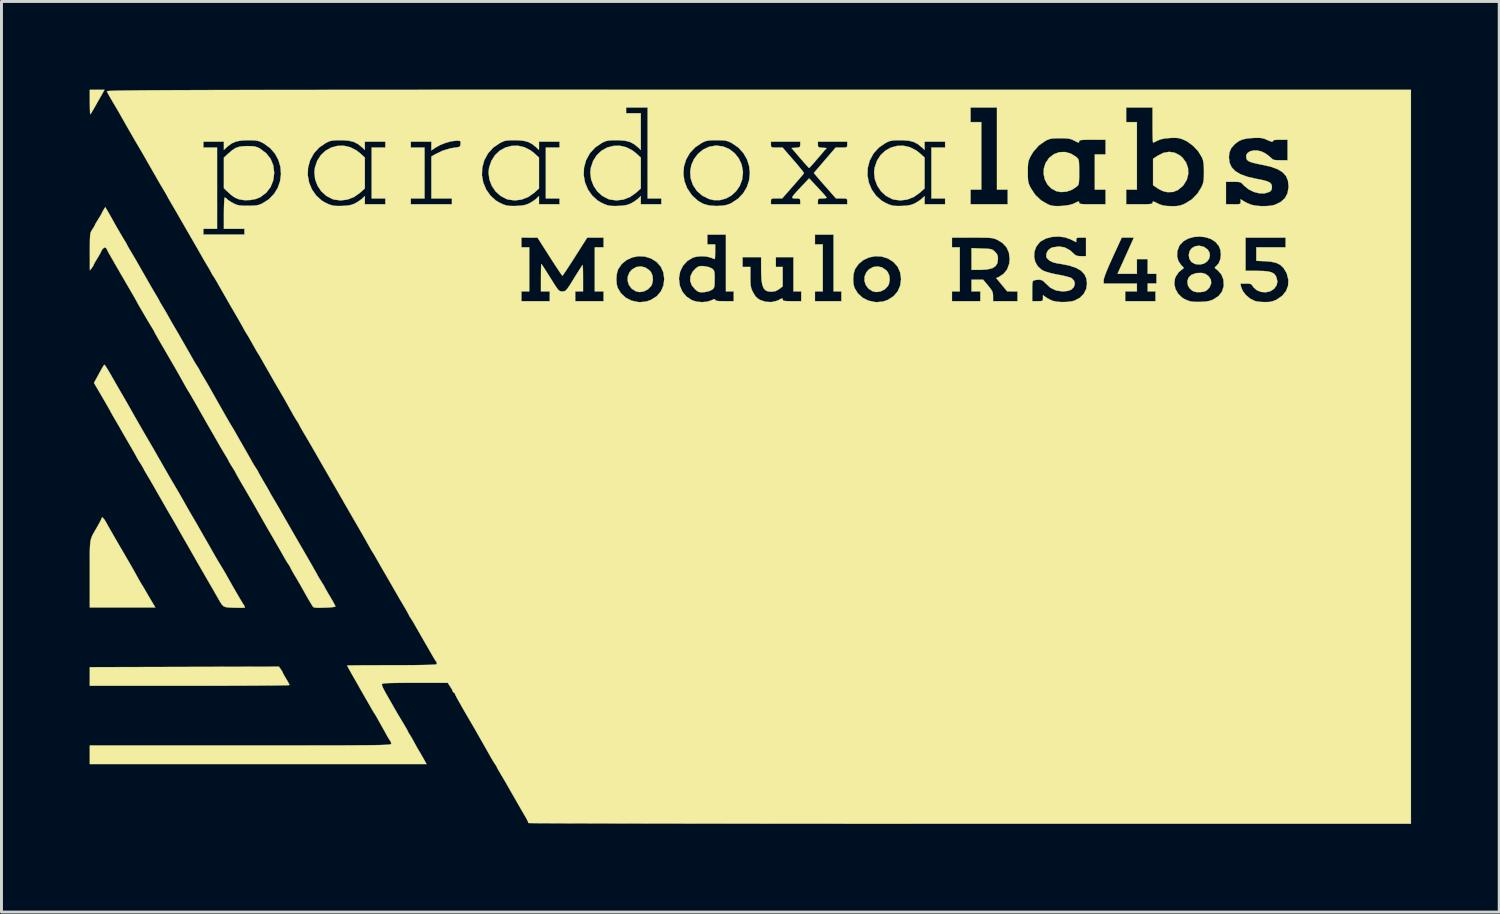
<source format=kicad_pcb>
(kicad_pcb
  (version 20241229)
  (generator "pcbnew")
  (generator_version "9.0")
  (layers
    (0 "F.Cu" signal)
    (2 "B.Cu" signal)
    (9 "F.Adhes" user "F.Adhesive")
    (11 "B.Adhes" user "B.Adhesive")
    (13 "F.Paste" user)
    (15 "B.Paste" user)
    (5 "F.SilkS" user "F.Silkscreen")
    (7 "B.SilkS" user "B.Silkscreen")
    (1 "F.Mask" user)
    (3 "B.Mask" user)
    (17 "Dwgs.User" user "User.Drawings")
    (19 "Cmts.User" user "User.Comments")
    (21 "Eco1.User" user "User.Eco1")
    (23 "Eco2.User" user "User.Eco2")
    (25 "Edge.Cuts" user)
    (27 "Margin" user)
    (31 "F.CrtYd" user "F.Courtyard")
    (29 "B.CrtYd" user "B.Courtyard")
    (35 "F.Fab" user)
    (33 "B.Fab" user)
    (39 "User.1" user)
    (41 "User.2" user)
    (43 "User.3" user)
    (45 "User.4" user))
  (footprint "logo modulo rs485"
    (layer "F.Cu")
    (at 22.477 12.489)
    (property "Reference" "logo modulo rs485" (at 0 0 0) (layer "F.SilkS") (effects (font (size 1.524 1.524) (thickness 0.3))))
    (attr through_hole)
    (fp_poly (pts (xy -22.038 -12.367) (xy -22.1 -12.258) (xy -22.162 -12.149) (xy -22.166 -12.142) (xy -22.216 -12.054) (xy -22.282 -11.937) (xy -22.335 -11.843) (xy -22.392 -11.746) (xy -22.436 -11.677) (xy -22.457 -11.651) (xy -22.462 -11.683) (xy -22.466 -11.768) (xy -22.469 -11.894) (xy -22.47 -12.05) (xy -22.471 -12.067) (xy -22.471 -12.484) (xy -21.972 -12.484) (xy -22.038 -12.367)) (stroke (width 0.01) (type solid)) (fill yes) (layer "F.SilkS"))
    (fp_poly (pts (xy 7.871 -7.085) (xy 8.028 -7.079) (xy 8.134 -7.071) (xy 8.205 -7.056) (xy 8.257 -7.031) (xy 8.304 -6.991) (xy 8.32 -6.976) (xy 8.387 -6.899) (xy 8.417 -6.818) (xy 8.422 -6.724) (xy 8.403 -6.588) (xy 8.341 -6.487) (xy 8.231 -6.416) (xy 8.07 -6.375) (xy 7.851 -6.359) (xy 7.804 -6.358) (xy 7.523 -6.358) (xy 7.523 -7.097) (xy 7.871 -7.085)) (stroke (width 0.01) (type solid)) (fill yes) (layer "F.SilkS"))
    (fp_poly (pts (xy 15.414 -7.146) (xy 15.437 -7.136) (xy 15.555 -7.051) (xy 15.619 -6.95) (xy 15.633 -6.841) (xy 15.604 -6.735) (xy 15.536 -6.643) (xy 15.436 -6.575) (xy 15.308 -6.541) (xy 15.16 -6.551) (xy 15.123 -6.56) (xy 15.004 -6.626) (xy 14.933 -6.737) (xy 14.914 -6.867) (xy 14.943 -6.999) (xy 15.02 -7.099) (xy 15.133 -7.162) (xy 15.269 -7.18) (xy 15.414 -7.146)) (stroke (width 0.01) (type solid)) (fill yes) (layer "F.SilkS"))
    (fp_poly (pts (xy -3.575 -6.44) (xy -3.438 -6.347) (xy -3.381 -6.281) (xy -3.33 -6.162) (xy -3.316 -6.018) (xy -3.342 -5.878) (xy -3.374 -5.812) (xy -3.482 -5.698) (xy -3.62 -5.627) (xy -3.768 -5.603) (xy -3.895 -5.629) (xy -4.035 -5.718) (xy -4.129 -5.841) (xy -4.175 -5.984) (xy -4.17 -6.134) (xy -4.111 -6.275) (xy -4.025 -6.373) (xy -3.881 -6.455) (xy -3.726 -6.476) (xy -3.575 -6.44)) (stroke (width 0.01) (type solid)) (fill yes) (layer "F.SilkS"))
    (fp_poly (pts (xy 4.482 -6.44) (xy 4.618 -6.347) (xy 4.675 -6.281) (xy 4.727 -6.162) (xy 4.74 -6.018) (xy 4.714 -5.878) (xy 4.682 -5.812) (xy 4.574 -5.698) (xy 4.436 -5.627) (xy 4.288 -5.603) (xy 4.161 -5.629) (xy 4.021 -5.718) (xy 3.927 -5.841) (xy 3.881 -5.984) (xy 3.886 -6.134) (xy 3.945 -6.275) (xy 4.031 -6.373) (xy 4.175 -6.455) (xy 4.33 -6.476) (xy 4.482 -6.44)) (stroke (width 0.01) (type solid)) (fill yes) (layer "F.SilkS"))
    (fp_poly (pts (xy 14.437 -10.344) (xy 14.614 -10.25) (xy 14.701 -10.175) (xy 14.823 -10.009) (xy 14.889 -9.82) (xy 14.897 -9.623) (xy 14.849 -9.429) (xy 14.743 -9.252) (xy 14.702 -9.205) (xy 14.545 -9.075) (xy 14.379 -9.009) (xy 14.194 -9.002) (xy 14.086 -9.022) (xy 13.989 -9.058) (xy 13.878 -9.117) (xy 13.836 -9.145) (xy 13.699 -9.241) (xy 13.699 -10.137) (xy 13.853 -10.24) (xy 14.051 -10.339) (xy 14.248 -10.374) (xy 14.437 -10.344)) (stroke (width 0.01) (type solid)) (fill yes) (layer "F.SilkS"))
    (fp_poly (pts (xy 15.47 -6.226) (xy 15.572 -6.156) (xy 15.591 -6.138) (xy 15.666 -6.023) (xy 15.677 -5.898) (xy 15.624 -5.771) (xy 15.585 -5.721) (xy 15.515 -5.655) (xy 15.439 -5.62) (xy 15.329 -5.604) (xy 15.311 -5.602) (xy 15.179 -5.601) (xy 15.081 -5.625) (xy 15.025 -5.655) (xy 14.935 -5.74) (xy 14.883 -5.835) (xy 14.866 -5.976) (xy 14.908 -6.096) (xy 15.003 -6.188) (xy 15.145 -6.242) (xy 15.193 -6.25) (xy 15.351 -6.255) (xy 15.47 -6.226)) (stroke (width 0.01) (type solid)) (fill yes) (layer "F.SilkS"))
    (fp_poly (pts (xy -13.611 -10.53) (xy -13.398 -10.421) (xy -13.283 -10.33) (xy -13.116 -10.18) (xy -13.116 -9.128) (xy -13.283 -8.978) (xy -13.485 -8.836) (xy -13.708 -8.75) (xy -13.94 -8.721) (xy -14.169 -8.752) (xy -14.223 -8.769) (xy -14.427 -8.876) (xy -14.597 -9.031) (xy -14.725 -9.223) (xy -14.806 -9.439) (xy -14.832 -9.669) (xy -14.815 -9.833) (xy -14.736 -10.068) (xy -14.611 -10.263) (xy -14.449 -10.415) (xy -14.259 -10.52) (xy -14.05 -10.576) (xy -13.831 -10.581) (xy -13.611 -10.53)) (stroke (width 0.01) (type solid)) (fill yes) (layer "F.SilkS"))
    (fp_poly (pts (xy -7.685 -10.53) (xy -7.473 -10.421) (xy -7.357 -10.33) (xy -7.191 -10.18) (xy -7.191 -9.128) (xy -7.357 -8.978) (xy -7.559 -8.836) (xy -7.782 -8.75) (xy -8.015 -8.721) (xy -8.244 -8.752) (xy -8.298 -8.769) (xy -8.501 -8.876) (xy -8.671 -9.031) (xy -8.799 -9.223) (xy -8.88 -9.439) (xy -8.907 -9.669) (xy -8.889 -9.833) (xy -8.81 -10.068) (xy -8.685 -10.263) (xy -8.524 -10.415) (xy -8.334 -10.52) (xy -8.124 -10.576) (xy -7.905 -10.581) (xy -7.685 -10.53)) (stroke (width 0.01) (type solid)) (fill yes) (layer "F.SilkS"))
    (fp_poly (pts (xy -4.223 -10.53) (xy -4.011 -10.421) (xy -3.895 -10.33) (xy -3.728 -10.18) (xy -3.728 -9.128) (xy -3.895 -8.978) (xy -4.097 -8.836) (xy -4.32 -8.75) (xy -4.553 -8.721) (xy -4.782 -8.752) (xy -4.835 -8.769) (xy -5.039 -8.876) (xy -5.209 -9.031) (xy -5.337 -9.223) (xy -5.418 -9.439) (xy -5.445 -9.669) (xy -5.427 -9.833) (xy -5.348 -10.068) (xy -5.223 -10.263) (xy -5.061 -10.415) (xy -4.871 -10.52) (xy -4.662 -10.576) (xy -4.443 -10.581) (xy -4.223 -10.53)) (stroke (width 0.01) (type solid)) (fill yes) (layer "F.SilkS"))
    (fp_poly (pts (xy 5.431 -10.53) (xy 5.643 -10.421) (xy 5.759 -10.33) (xy 5.926 -10.18) (xy 5.926 -9.128) (xy 5.759 -8.978) (xy 5.557 -8.836) (xy 5.334 -8.75) (xy 5.101 -8.721) (xy 4.872 -8.752) (xy 4.819 -8.769) (xy 4.615 -8.876) (xy 4.445 -9.031) (xy 4.317 -9.223) (xy 4.236 -9.439) (xy 4.209 -9.669) (xy 4.227 -9.833) (xy 4.306 -10.068) (xy 4.431 -10.263) (xy 4.593 -10.415) (xy 4.783 -10.52) (xy 4.992 -10.576) (xy 5.211 -10.581) (xy 5.431 -10.53)) (stroke (width 0.01) (type solid)) (fill yes) (layer "F.SilkS"))
    (fp_poly (pts (xy -15.975 7.229) (xy -15.932 7.295) (xy -15.913 7.334) (xy -15.912 7.336) (xy -15.897 7.371) (xy -15.855 7.447) (xy -15.796 7.547) (xy -15.796 7.547) (xy -15.737 7.648) (xy -15.695 7.726) (xy -15.68 7.765) (xy -15.712 7.768) (xy -15.807 7.772) (xy -15.959 7.775) (xy -16.165 7.778) (xy -16.42 7.78) (xy -16.719 7.783) (xy -17.058 7.785) (xy -17.433 7.787) (xy -17.84 7.788) (xy -18.273 7.789) (xy -18.729 7.79) (xy -19.075 7.79) (xy -22.471 7.79) (xy -22.471 7.158) (xy -19.254 7.149) (xy -16.038 7.141) (xy -15.975 7.229)) (stroke (width 0.01) (type solid)) (fill yes) (layer "F.SilkS"))
    (fp_poly (pts (xy -0.922 -10.555) (xy -0.715 -10.466) (xy -0.537 -10.33) (xy -0.395 -10.153) (xy -0.298 -9.944) (xy -0.254 -9.712) (xy -0.253 -9.654) (xy -0.282 -9.421) (xy -0.363 -9.211) (xy -0.488 -9.031) (xy -0.648 -8.886) (xy -0.835 -8.784) (xy -1.04 -8.73) (xy -1.255 -8.732) (xy -1.408 -8.77) (xy -1.636 -8.884) (xy -1.82 -9.045) (xy -1.954 -9.246) (xy -2.032 -9.475) (xy -2.048 -9.706) (xy -2.007 -9.928) (xy -1.915 -10.132) (xy -1.78 -10.309) (xy -1.608 -10.45) (xy -1.408 -10.545) (xy -1.185 -10.585) (xy -1.149 -10.586) (xy -0.922 -10.555)) (stroke (width 0.01) (type solid)) (fill yes) (layer "F.SilkS"))
    (fp_poly (pts (xy -1.575 -6.484) (xy -1.431 -6.458) (xy -1.319 -6.411) (xy -1.305 -6.402) (xy -1.262 -6.366) (xy -1.235 -6.325) (xy -1.221 -6.265) (xy -1.216 -6.168) (xy -1.215 -6.042) (xy -1.216 -5.901) (xy -1.223 -5.81) (xy -1.238 -5.753) (xy -1.267 -5.714) (xy -1.305 -5.682) (xy -1.409 -5.633) (xy -1.549 -5.603) (xy -1.575 -5.6) (xy -1.685 -5.595) (xy -1.759 -5.61) (xy -1.828 -5.652) (xy -1.875 -5.692) (xy -1.993 -5.832) (xy -2.048 -5.985) (xy -2.039 -6.14) (xy -1.968 -6.291) (xy -1.873 -6.394) (xy -1.796 -6.455) (xy -1.729 -6.484) (xy -1.642 -6.489) (xy -1.575 -6.484)) (stroke (width 0.01) (type solid)) (fill yes) (layer "F.SilkS"))
    (fp_poly (pts (xy 10.896 -10.317) (xy 11.077 -10.206) (xy 11.11 -10.177) (xy 11.142 -10.144) (xy 11.163 -10.105) (xy 11.176 -10.046) (xy 11.182 -9.955) (xy 11.185 -9.82) (xy 11.185 -9.687) (xy 11.185 -9.512) (xy 11.181 -9.39) (xy 11.173 -9.309) (xy 11.158 -9.257) (xy 11.134 -9.221) (xy 11.11 -9.198) (xy 10.946 -9.086) (xy 10.757 -9.02) (xy 10.562 -9.005) (xy 10.403 -9.037) (xy 10.233 -9.13) (xy 10.104 -9.266) (xy 10.018 -9.432) (xy 9.977 -9.617) (xy 9.984 -9.807) (xy 10.042 -9.991) (xy 10.153 -10.156) (xy 10.165 -10.17) (xy 10.328 -10.295) (xy 10.511 -10.362) (xy 10.704 -10.369) (xy 10.896 -10.317)) (stroke (width 0.01) (type solid)) (fill yes) (layer "F.SilkS"))
    (fp_poly (pts (xy -16.962 -10.567) (xy -16.858 -10.556) (xy -16.776 -10.531) (xy -16.693 -10.49) (xy -16.678 -10.481) (xy -16.471 -10.325) (xy -16.322 -10.137) (xy -16.232 -9.917) (xy -16.2 -9.665) (xy -16.2 -9.654) (xy -16.231 -9.403) (xy -16.321 -9.178) (xy -16.468 -8.986) (xy -16.668 -8.833) (xy -16.668 -8.833) (xy -16.824 -8.77) (xy -17.014 -8.734) (xy -17.209 -8.729) (xy -17.383 -8.756) (xy -17.419 -8.767) (xy -17.51 -8.805) (xy -17.586 -8.849) (xy -17.668 -8.912) (xy -17.775 -9.008) (xy -17.785 -9.018) (xy -17.91 -9.135) (xy -17.91 -10.178) (xy -17.764 -10.313) (xy -17.624 -10.432) (xy -17.503 -10.508) (xy -17.376 -10.55) (xy -17.22 -10.567) (xy -17.111 -10.569) (xy -16.962 -10.567)) (stroke (width 0.01) (type solid)) (fill yes) (layer "F.SilkS"))
    (fp_poly (pts (xy -22.02 2.082) (xy -21.965 2.152) (xy -21.913 2.239) (xy -21.858 2.338) (xy -21.802 2.437) (xy -21.741 2.545) (xy -21.668 2.672) (xy -21.577 2.829) (xy -21.463 3.026) (xy -21.354 3.212) (xy -21.234 3.419) (xy -21.141 3.579) (xy -21.069 3.704) (xy -21.011 3.805) (xy -20.961 3.893) (xy -20.913 3.979) (xy -20.86 4.075) (xy -20.84 4.111) (xy -20.781 4.217) (xy -20.733 4.301) (xy -20.705 4.344) (xy -20.674 4.393) (xy -20.627 4.473) (xy -20.615 4.494) (xy -20.567 4.577) (xy -20.498 4.696) (xy -20.42 4.828) (xy -20.396 4.869) (xy -20.243 5.127) (xy -22.471 5.127) (xy -22.471 3.976) (xy -22.471 3.674) (xy -22.472 3.429) (xy -22.471 3.234) (xy -22.467 3.08) (xy -22.459 2.958) (xy -22.446 2.859) (xy -22.425 2.776) (xy -22.395 2.698) (xy -22.356 2.619) (xy -22.304 2.529) (xy -22.24 2.419) (xy -22.192 2.335) (xy -22.133 2.228) (xy -22.09 2.143) (xy -22.071 2.096) (xy -22.071 2.094) (xy -22.057 2.061) (xy -22.02 2.082)) (stroke (width 0.01) (type solid)) (fill yes) (layer "F.SilkS"))
    (fp_poly (pts (xy -21.947 -3.102) (xy -21.899 -3.028) (xy -21.833 -2.92) (xy -21.766 -2.805) (xy -21.666 -2.63) (xy -21.554 -2.435) (xy -21.449 -2.253) (xy -21.407 -2.18) (xy -21.324 -2.038) (xy -21.245 -1.901) (xy -21.182 -1.791) (xy -21.157 -1.748) (xy -21.056 -1.569) (xy -20.94 -1.364) (xy -20.816 -1.147) (xy -20.694 -0.935) (xy -20.582 -0.741) (xy -20.489 -0.582) (xy -20.449 -0.514) (xy -20.375 -0.388) (xy -20.299 -0.256) (xy -20.266 -0.198) (xy -20.205 -0.091) (xy -20.128 0.043) (xy -20.057 0.166) (xy -19.981 0.299) (xy -19.905 0.432) (xy -19.848 0.531) (xy -19.781 0.649) (xy -19.702 0.783) (xy -19.664 0.847) (xy -19.553 1.035) (xy -19.426 1.253) (xy -19.3 1.474) (xy -19.248 1.565) (xy -19.186 1.675) (xy -19.127 1.78) (xy -19.107 1.814) (xy -19.058 1.9) (xy -18.992 2.013) (xy -18.951 2.082) (xy -18.877 2.209) (xy -18.801 2.34) (xy -18.768 2.399) (xy -18.707 2.506) (xy -18.63 2.64) (xy -18.559 2.763) (xy -18.483 2.896) (xy -18.406 3.03) (xy -18.35 3.129) (xy -18.263 3.283) (xy -18.197 3.398) (xy -18.14 3.495) (xy -18.08 3.595) (xy -18.019 3.695) (xy -17.938 3.83) (xy -17.855 3.971) (xy -17.795 4.078) (xy -17.699 4.248) (xy -17.597 4.428) (xy -17.496 4.604) (xy -17.401 4.766) (xy -17.321 4.901) (xy -17.262 4.997) (xy -17.239 5.033) (xy -17.203 5.096) (xy -17.2 5.131) (xy -17.202 5.133) (xy -17.244 5.136) (xy -17.337 5.137) (xy -17.466 5.136) (xy -17.567 5.134) (xy -17.727 5.128) (xy -17.837 5.117) (xy -17.913 5.089) (xy -17.973 5.036) (xy -18.032 4.948) (xy -18.101 4.827) (xy -18.139 4.761) (xy -18.203 4.649) (xy -18.287 4.502) (xy -18.384 4.334) (xy -18.475 4.178) (xy -18.58 3.996) (xy -18.679 3.824) (xy -18.766 3.674) (xy -18.833 3.557) (xy -18.868 3.495) (xy -18.951 3.349) (xy -19.026 3.218) (xy -19.107 3.076) (xy -19.191 2.929) (xy -19.289 2.76) (xy -19.364 2.63) (xy -19.426 2.52) (xy -19.486 2.413) (xy -19.514 2.364) (xy -19.582 2.244) (xy -19.661 2.109) (xy -19.698 2.046) (xy -19.772 1.919) (xy -19.849 1.787) (xy -19.882 1.729) (xy -19.943 1.622) (xy -20.02 1.488) (xy -20.09 1.365) (xy -20.167 1.232) (xy -20.243 1.098) (xy -20.299 0.999) (xy -20.362 0.891) (xy -20.44 0.756) (xy -20.512 0.637) (xy -20.573 0.533) (xy -20.619 0.454) (xy -20.639 0.413) (xy -20.64 0.411) (xy -20.656 0.378) (xy -20.699 0.305) (xy -20.756 0.214) (xy -20.816 0.119) (xy -20.858 0.049) (xy -20.873 0.02) (xy -20.888 -0.011) (xy -20.932 -0.089) (xy -20.996 -0.202) (xy -21.076 -0.34) (xy -21.094 -0.37) (xy -21.185 -0.528) (xy -21.273 -0.68) (xy -21.347 -0.808) (xy -21.398 -0.897) (xy -21.399 -0.899) (xy -21.458 -1.003) (xy -21.536 -1.137) (xy -21.615 -1.273) (xy -21.621 -1.282) (xy -21.688 -1.397) (xy -21.743 -1.495) (xy -21.777 -1.557) (xy -21.78 -1.565) (xy -21.804 -1.61) (xy -21.856 -1.701) (xy -21.928 -1.827) (xy -22.015 -1.977) (xy -22.066 -2.064) (xy -22.33 -2.513) (xy -22.23 -2.696) (xy -22.138 -2.865) (xy -22.072 -2.984) (xy -22.027 -3.061) (xy -21.999 -3.105) (xy -21.982 -3.125) (xy -21.971 -3.129) (xy -21.947 -3.102)) (stroke (width 0.01) (type solid)) (fill yes) (layer "F.SilkS"))
    (fp_poly (pts (xy -21.871 -8.366) (xy -21.807 -8.255) (xy -21.736 -8.13) (xy -21.713 -8.089) (xy -21.63 -7.94) (xy -21.534 -7.771) (xy -21.435 -7.602) (xy -21.347 -7.452) (xy -21.284 -7.349) (xy -21.236 -7.271) (xy -21.209 -7.22) (xy -21.206 -7.211) (xy -21.19 -7.178) (xy -21.147 -7.103) (xy -21.087 -7.002) (xy -21.078 -6.986) (xy -20.999 -6.855) (xy -20.921 -6.722) (xy -20.865 -6.625) (xy -20.804 -6.517) (xy -20.727 -6.381) (xy -20.656 -6.258) (xy -20.58 -6.126) (xy -20.503 -5.991) (xy -20.447 -5.892) (xy -20.385 -5.784) (xy -20.306 -5.65) (xy -20.235 -5.531) (xy -20.173 -5.427) (xy -20.128 -5.348) (xy -20.107 -5.307) (xy -20.107 -5.306) (xy -20.091 -5.272) (xy -20.049 -5.202) (xy -20.021 -5.156) (xy -19.951 -5.04) (xy -19.875 -4.911) (xy -19.849 -4.865) (xy -19.759 -4.704) (xy -19.689 -4.579) (xy -19.625 -4.47) (xy -19.556 -4.353) (xy -19.55 -4.343) (xy -19.476 -4.216) (xy -19.4 -4.084) (xy -19.367 -4.026) (xy -19.306 -3.919) (xy -19.229 -3.785) (xy -19.158 -3.662) (xy -19.082 -3.529) (xy -19.006 -3.395) (xy -18.95 -3.296) (xy -18.887 -3.188) (xy -18.825 -3.09) (xy -18.804 -3.058) (xy -18.761 -2.992) (xy -18.742 -2.954) (xy -18.742 -2.953) (xy -18.726 -2.918) (xy -18.684 -2.843) (xy -18.624 -2.741) (xy -18.614 -2.725) (xy -18.536 -2.594) (xy -18.458 -2.461) (xy -18.402 -2.364) (xy -18.223 -2.047) (xy -18.064 -1.766) (xy -17.927 -1.525) (xy -17.815 -1.329) (xy -17.73 -1.182) (xy -17.674 -1.087) (xy -17.661 -1.065) (xy -17.598 -0.963) (xy -17.528 -0.842) (xy -17.503 -0.799) (xy -17.442 -0.691) (xy -17.365 -0.556) (xy -17.294 -0.433) (xy -17.026 0.037) (xy -16.935 0.2) (xy -16.874 0.302) (xy -16.813 0.397) (xy -16.807 0.405) (xy -16.764 0.47) (xy -16.745 0.509) (xy -16.745 0.51) (xy -16.729 0.544) (xy -16.685 0.623) (xy -16.621 0.735) (xy -16.545 0.866) (xy -16.467 0.998) (xy -16.403 1.108) (xy -16.361 1.184) (xy -16.345 1.214) (xy -16.329 1.246) (xy -16.287 1.319) (xy -16.227 1.42) (xy -16.217 1.436) (xy -16.139 1.567) (xy -16.061 1.701) (xy -16.005 1.798) (xy -15.944 1.906) (xy -15.867 2.041) (xy -15.796 2.164) (xy -15.722 2.293) (xy -15.649 2.42) (xy -15.596 2.513) (xy -15.546 2.6) (xy -15.474 2.725) (xy -15.392 2.867) (xy -15.346 2.946) (xy -15.207 3.185) (xy -15.078 3.408) (xy -14.963 3.608) (xy -14.865 3.779) (xy -14.788 3.914) (xy -14.737 4.006) (xy -14.715 4.048) (xy -14.714 4.05) (xy -14.698 4.081) (xy -14.654 4.152) (xy -14.598 4.242) (xy -14.538 4.337) (xy -14.496 4.408) (xy -14.481 4.438) (xy -14.465 4.471) (xy -14.421 4.548) (xy -14.358 4.657) (xy -14.298 4.757) (xy -14.223 4.885) (xy -14.163 4.993) (xy -14.125 5.067) (xy -14.115 5.093) (xy -14.146 5.105) (xy -14.23 5.117) (xy -14.354 5.127) (xy -14.486 5.133) (xy -14.648 5.137) (xy -14.756 5.136) (xy -14.824 5.129) (xy -14.865 5.113) (xy -14.89 5.086) (xy -14.902 5.068) (xy -14.955 4.98) (xy -14.997 4.911) (xy -15.042 4.834) (xy -15.102 4.729) (xy -15.136 4.67) (xy -15.223 4.513) (xy -15.292 4.391) (xy -15.356 4.28) (xy -15.429 4.155) (xy -15.492 4.05) (xy -15.56 3.934) (xy -15.612 3.84) (xy -15.642 3.783) (xy -15.646 3.772) (xy -15.663 3.736) (xy -15.705 3.671) (xy -15.708 3.667) (xy -15.762 3.584) (xy -15.827 3.476) (xy -15.854 3.429) (xy -15.924 3.304) (xy -16.015 3.145) (xy -16.113 2.975) (xy -16.205 2.815) (xy -16.245 2.746) (xy -16.322 2.614) (xy -16.417 2.451) (xy -16.514 2.281) (xy -16.601 2.13) (xy -16.638 2.064) (xy -16.741 1.883) (xy -16.845 1.699) (xy -16.96 1.501) (xy -17.091 1.275) (xy -17.247 1.008) (xy -17.289 0.936) (xy -17.371 0.795) (xy -17.439 0.675) (xy -17.488 0.588) (xy -17.51 0.546) (xy -17.51 0.543) (xy -17.527 0.51) (xy -17.57 0.438) (xy -17.627 0.347) (xy -17.687 0.252) (xy -17.729 0.18) (xy -17.743 0.15) (xy -17.76 0.116) (xy -17.802 0.041) (xy -17.862 -0.06) (xy -17.871 -0.074) (xy -17.95 -0.205) (xy -18.028 -0.338) (xy -18.083 -0.433) (xy -18.145 -0.541) (xy -18.222 -0.676) (xy -18.293 -0.799) (xy -18.363 -0.921) (xy -18.428 -1.034) (xy -18.474 -1.114) (xy -18.475 -1.115) (xy -18.511 -1.178) (xy -18.572 -1.286) (xy -18.653 -1.427) (xy -18.745 -1.589) (xy -18.807 -1.698) (xy -18.9 -1.861) (xy -18.983 -2.004) (xy -19.049 -2.118) (xy -19.093 -2.192) (xy -19.107 -2.214) (xy -19.137 -2.261) (xy -19.185 -2.343) (xy -19.216 -2.397) (xy -19.28 -2.513) (xy -19.344 -2.627) (xy -19.364 -2.663) (xy -19.422 -2.766) (xy -19.49 -2.886) (xy -19.514 -2.929) (xy -19.558 -3.005) (xy -19.628 -3.126) (xy -19.718 -3.281) (xy -19.821 -3.458) (xy -19.93 -3.646) (xy -19.936 -3.656) (xy -20.039 -3.832) (xy -20.129 -3.987) (xy -20.201 -4.114) (xy -20.251 -4.203) (xy -20.273 -4.245) (xy -20.273 -4.247) (xy -20.29 -4.282) (xy -20.331 -4.353) (xy -20.362 -4.403) (xy -20.409 -4.479) (xy -20.474 -4.588) (xy -20.552 -4.718) (xy -20.633 -4.858) (xy -20.713 -4.994) (xy -20.784 -5.116) (xy -20.838 -5.211) (xy -20.868 -5.267) (xy -20.873 -5.276) (xy -20.889 -5.306) (xy -20.933 -5.385) (xy -21.001 -5.504) (xy -21.088 -5.653) (xy -21.188 -5.826) (xy -21.21 -5.863) (xy -21.319 -6.051) (xy -21.423 -6.229) (xy -21.513 -6.386) (xy -21.585 -6.51) (xy -21.63 -6.588) (xy -21.631 -6.591) (xy -21.701 -6.713) (xy -21.773 -6.837) (xy -21.795 -6.874) (xy -21.847 -6.968) (xy -21.885 -7.046) (xy -21.893 -7.066) (xy -21.933 -7.117) (xy -21.988 -7.114) (xy -22.045 -7.06) (xy -22.069 -7.016) (xy -22.114 -6.927) (xy -22.179 -6.813) (xy -22.227 -6.734) (xy -22.285 -6.639) (xy -22.326 -6.566) (xy -22.338 -6.535) (xy -22.357 -6.492) (xy -22.403 -6.426) (xy -22.404 -6.425) (xy -22.469 -6.342) (xy -22.47 -6.975) (xy -22.47 -7.195) (xy -22.468 -7.36) (xy -22.464 -7.479) (xy -22.457 -7.563) (xy -22.444 -7.623) (xy -22.425 -7.669) (xy -22.4 -7.712) (xy -22.387 -7.73) (xy -22.337 -7.809) (xy -22.307 -7.863) (xy -22.304 -7.873) (xy -22.287 -7.909) (xy -22.244 -7.984) (xy -22.188 -8.075) (xy -22.128 -8.17) (xy -22.086 -8.242) (xy -22.071 -8.272) (xy -22.055 -8.308) (xy -22.017 -8.376) (xy -22.009 -8.39) (xy -21.946 -8.492) (xy -21.871 -8.366)) (stroke (width 0.01) (type solid)) (fill yes) (layer "F.SilkS"))
    (fp_poly (pts (xy 22.471 12.484) (xy 7.457 12.484) (xy 6.461 12.484) (xy 5.482 12.483) (xy 4.521 12.483) (xy 3.582 12.483) (xy 2.666 12.482) (xy 1.776 12.482) (xy 0.913 12.481) (xy 0.079 12.48) (xy -0.723 12.48) (xy -1.491 12.479) (xy -2.224 12.478) (xy -2.918 12.477) (xy -3.573 12.476) (xy -4.186 12.474) (xy -4.754 12.473) (xy -5.276 12.472) (xy -5.75 12.47) (xy -6.173 12.469) (xy -6.543 12.468) (xy -6.859 12.466) (xy -7.119 12.465) (xy -7.319 12.463) (xy -7.458 12.461) (xy -7.535 12.46) (xy -7.549 12.459) (xy -7.562 12.42) (xy -7.601 12.34) (xy -7.659 12.234) (xy -7.679 12.201) (xy -7.754 12.073) (xy -7.825 11.951) (xy -7.877 11.859) (xy -7.882 11.851) (xy -7.933 11.762) (xy -8.002 11.642) (xy -8.073 11.518) (xy -8.149 11.385) (xy -8.226 11.251) (xy -8.282 11.152) (xy -8.344 11.044) (xy -8.423 10.91) (xy -8.494 10.791) (xy -8.556 10.687) (xy -8.601 10.606) (xy -8.622 10.565) (xy -8.622 10.563) (xy -8.639 10.527) (xy -8.681 10.462) (xy -8.684 10.458) (xy -8.738 10.375) (xy -8.803 10.267) (xy -8.83 10.22) (xy -8.918 10.063) (xy -9.021 9.881) (xy -9.132 9.687) (xy -9.243 9.492) (xy -9.347 9.309) (xy -9.438 9.151) (xy -9.509 9.029) (xy -9.544 8.97) (xy -9.618 8.844) (xy -9.695 8.712) (xy -9.728 8.654) (xy -9.79 8.545) (xy -9.867 8.411) (xy -9.933 8.294) (xy -9.992 8.187) (xy -10.035 8.102) (xy -10.053 8.055) (xy -10.053 8.053) (xy -10.079 8.024) (xy -10.087 8.023) (xy -10.119 7.997) (xy -10.12 7.989) (xy -10.137 7.943) (xy -10.181 7.865) (xy -10.208 7.822) (xy -10.295 7.69) (xy -11.407 7.69) (xy -11.719 7.69) (xy -11.971 7.692) (xy -12.167 7.695) (xy -12.315 7.699) (xy -12.42 7.705) (xy -12.488 7.714) (xy -12.525 7.724) (xy -12.536 7.734) (xy -12.529 7.783) (xy -12.494 7.871) (xy -12.438 7.979) (xy -12.431 7.992) (xy -12.362 8.114) (xy -12.297 8.227) (xy -12.252 8.306) (xy -12.2 8.396) (xy -12.137 8.509) (xy -12.11 8.555) (xy -12.056 8.649) (xy -11.98 8.779) (xy -11.892 8.925) (xy -11.838 9.014) (xy -11.762 9.142) (xy -11.701 9.247) (xy -11.662 9.318) (xy -11.651 9.342) (xy -11.634 9.38) (xy -11.593 9.445) (xy -11.59 9.449) (xy -11.541 9.528) (xy -11.478 9.638) (xy -11.433 9.721) (xy -11.372 9.834) (xy -11.315 9.936) (xy -11.284 9.987) (xy -11.239 10.06) (xy -11.178 10.167) (xy -11.124 10.262) (xy -11.018 10.453) (xy -22.471 10.453) (xy -22.471 9.82) (xy -17.344 9.82) (xy -16.66 9.82) (xy -16.041 9.82) (xy -15.481 9.82) (xy -14.979 9.82) (xy -14.531 9.819) (xy -14.134 9.819) (xy -13.785 9.818) (xy -13.481 9.816) (xy -13.219 9.815) (xy -12.996 9.813) (xy -12.809 9.81) (xy -12.654 9.808) (xy -12.528 9.804) (xy -12.429 9.8) (xy -12.354 9.796) (xy -12.299 9.791) (xy -12.26 9.786) (xy -12.236 9.78) (xy -12.223 9.773) (xy -12.218 9.765) (xy -12.217 9.761) (xy -12.233 9.692) (xy -12.248 9.669) (xy -12.279 9.624) (xy -12.33 9.541) (xy -12.37 9.471) (xy -12.435 9.353) (xy -12.499 9.237) (xy -12.527 9.188) (xy -12.585 9.085) (xy -12.652 8.965) (xy -12.676 8.922) (xy -12.728 8.829) (xy -12.77 8.759) (xy -12.784 8.739) (xy -12.816 8.69) (xy -12.863 8.61) (xy -12.875 8.589) (xy -12.926 8.5) (xy -12.995 8.38) (xy -13.066 8.256) (xy -13.143 8.123) (xy -13.219 7.989) (xy -13.276 7.89) (xy -13.338 7.779) (xy -13.397 7.675) (xy -13.417 7.64) (xy -13.463 7.56) (xy -13.528 7.447) (xy -13.595 7.329) (xy -13.653 7.224) (xy -13.696 7.145) (xy -13.715 7.105) (xy -13.715 7.104) (xy -13.683 7.101) (xy -13.591 7.099) (xy -13.445 7.096) (xy -13.253 7.094) (xy -13.021 7.093) (xy -12.755 7.092) (xy -12.462 7.091) (xy -12.203 7.091) (xy -11.787 7.09) (xy -11.437 7.088) (xy -11.153 7.084) (xy -10.935 7.079) (xy -10.782 7.072) (xy -10.693 7.064) (xy -10.668 7.056) (xy -10.667 7.003) (xy -10.68 6.981) (xy -10.713 6.933) (xy -10.767 6.846) (xy -10.829 6.741) (xy -10.895 6.626) (xy -10.981 6.476) (xy -11.075 6.314) (xy -11.135 6.209) (xy -11.222 6.058) (xy -11.305 5.912) (xy -11.375 5.79) (xy -11.411 5.726) (xy -11.473 5.618) (xy -11.535 5.52) (xy -11.556 5.488) (xy -11.599 5.422) (xy -11.618 5.383) (xy -11.618 5.382) (xy -11.634 5.348) (xy -11.677 5.27) (xy -11.738 5.163) (xy -11.773 5.104) (xy -11.849 4.974) (xy -11.92 4.855) (xy -11.972 4.765) (xy -11.984 4.744) (xy -12.019 4.683) (xy -12.081 4.576) (xy -12.163 4.435) (xy -12.258 4.269) (xy -12.349 4.111) (xy -12.454 3.93) (xy -12.554 3.758) (xy -12.64 3.607) (xy -12.707 3.491) (xy -12.742 3.429) (xy -12.795 3.336) (xy -12.837 3.267) (xy -12.851 3.246) (xy -12.88 3.2) (xy -12.929 3.116) (xy -12.968 3.046) (xy -13.032 2.932) (xy -13.091 2.826) (xy -13.118 2.78) (xy -13.182 2.667) (xy -13.262 2.528) (xy -13.346 2.383) (xy -13.421 2.253) (xy -13.476 2.157) (xy -13.482 2.147) (xy -13.541 2.046) (xy -13.62 1.91) (xy -13.707 1.758) (xy -13.79 1.615) (xy -13.855 1.501) (xy -13.856 1.498) (xy -13.894 1.432) (xy -13.959 1.32) (xy -14.043 1.173) (xy -14.141 1.005) (xy -14.231 0.849) (xy -14.334 0.671) (xy -14.43 0.504) (xy -14.513 0.362) (xy -14.574 0.255) (xy -14.606 0.2) (xy -14.661 0.103) (xy -14.739 -0.032) (xy -14.829 -0.188) (xy -14.92 -0.346) (xy -14.98 -0.449) (xy -15.023 -0.524) (xy -15.089 -0.635) (xy -15.165 -0.764) (xy -15.192 -0.81) (xy -15.26 -0.927) (xy -15.313 -1.02) (xy -15.343 -1.077) (xy -15.347 -1.088) (xy -15.364 -1.124) (xy -15.405 -1.189) (xy -15.408 -1.193) (xy -15.461 -1.275) (xy -15.526 -1.383) (xy -15.558 -1.44) (xy -15.661 -1.624) (xy -15.77 -1.819) (xy -15.867 -1.992) (xy -15.88 -2.014) (xy -15.93 -2.1) (xy -15.995 -2.212) (xy -16.036 -2.282) (xy -16.11 -2.408) (xy -16.187 -2.54) (xy -16.22 -2.598) (xy -16.281 -2.705) (xy -16.358 -2.84) (xy -16.428 -2.963) (xy -16.505 -3.096) (xy -16.581 -3.23) (xy -16.637 -3.329) (xy -16.69 -3.422) (xy -16.732 -3.491) (xy -16.746 -3.512) (xy -16.77 -3.549) (xy -16.811 -3.619) (xy -16.874 -3.73) (xy -16.963 -3.889) (xy -17.004 -3.961) (xy -17.056 -4.054) (xy -17.098 -4.124) (xy -17.112 -4.145) (xy -17.143 -4.194) (xy -17.19 -4.273) (xy -17.202 -4.294) (xy -17.318 -4.503) (xy -17.413 -4.671) (xy -17.496 -4.814) (xy -17.534 -4.879) (xy -17.608 -5.005) (xy -17.685 -5.137) (xy -17.718 -5.195) (xy -17.779 -5.302) (xy -17.856 -5.436) (xy -17.926 -5.559) (xy -18.003 -5.692) (xy -18.079 -5.826) (xy -18.135 -5.926) (xy -18.198 -6.033) (xy -18.259 -6.132) (xy -18.281 -6.164) (xy -18.323 -6.229) (xy -18.343 -6.268) (xy -18.343 -6.269) (xy -18.359 -6.303) (xy -18.401 -6.379) (xy -18.461 -6.48) (xy -18.471 -6.496) (xy -18.549 -6.627) (xy -18.627 -6.761) (xy -18.682 -6.858) (xy -18.726 -6.935) (xy -18.796 -7.058) (xy -18.885 -7.213) (xy -18.986 -7.388) (xy -19.026 -7.457) (xy -7.79 -7.457) (xy -7.79 -7.124) (xy -7.523 -7.124) (xy -7.523 -5.626) (xy -7.79 -5.626) (xy -7.79 -5.293) (xy -6.824 -5.293) (xy -6.824 -5.626) (xy -7.124 -5.626) (xy -7.124 -6.092) (xy -7.123 -6.26) (xy -7.121 -6.4) (xy -7.117 -6.502) (xy -7.112 -6.554) (xy -7.111 -6.558) (xy -7.09 -6.531) (xy -7.04 -6.457) (xy -6.967 -6.345) (xy -6.878 -6.204) (xy -6.808 -6.092) (xy -6.7 -5.92) (xy -6.621 -5.797) (xy -6.563 -5.714) (xy -6.518 -5.663) (xy -6.479 -5.637) (xy -6.441 -5.627) (xy -6.396 -5.626) (xy -6.349 -5.628) (xy -6.31 -5.638) (xy -6.271 -5.665) (xy -6.226 -5.718) (xy -6.166 -5.804) (xy -6.085 -5.932) (xy -5.997 -6.075) (xy -5.902 -6.228) (xy -5.82 -6.358) (xy -5.755 -6.457) (xy -5.716 -6.514) (xy -5.706 -6.525) (xy -5.701 -6.494) (xy -5.697 -6.408) (xy -5.694 -6.28) (xy -5.693 -6.122) (xy -5.693 -6.075) (xy -5.693 -5.626) (xy -5.959 -5.626) (xy -5.959 -5.293) (xy -4.993 -5.293) (xy -4.993 -5.626) (xy -5.293 -5.626) (xy -5.293 -6.043) (xy -4.559 -6.043) (xy -4.548 -5.878) (xy -4.516 -5.75) (xy -4.402 -5.561) (xy -4.242 -5.413) (xy -4.044 -5.312) (xy -3.82 -5.264) (xy -3.745 -5.26) (xy -3.537 -5.282) (xy -3.378 -5.339) (xy -3.185 -5.462) (xy -3.044 -5.626) (xy -2.958 -5.825) (xy -2.929 -6.047) (xy -2.93 -6.049) (xy -2.429 -6.049) (xy -2.4 -5.819) (xy -2.314 -5.617) (xy -2.175 -5.45) (xy -1.988 -5.327) (xy -1.981 -5.323) (xy -1.823 -5.276) (xy -1.641 -5.26) (xy -1.463 -5.277) (xy -1.322 -5.323) (xy -1.242 -5.359) (xy -1.205 -5.361) (xy -1.198 -5.339) (xy -1.184 -5.317) (xy -1.134 -5.303) (xy -1.039 -5.295) (xy -0.887 -5.293) (xy -0.882 -5.293) (xy -0.566 -5.293) (xy -0.566 -5.626) (xy -0.832 -5.626) (xy -0.832 -6.791) (xy -0.266 -6.791) (xy -0.266 -6.458) (xy 0 -6.458) (xy 0 -6.115) (xy 0.002 -5.952) (xy 0.009 -5.836) (xy 0.026 -5.747) (xy 0.056 -5.666) (xy 0.092 -5.592) (xy 0.168 -5.466) (xy 0.254 -5.382) (xy 0.33 -5.336) (xy 0.516 -5.273) (xy 0.714 -5.262) (xy 0.902 -5.305) (xy 0.949 -5.326) (xy 1.037 -5.371) (xy 1.082 -5.388) (xy 1.097 -5.379) (xy 1.099 -5.345) (xy 1.099 -5.343) (xy 1.11 -5.319) (xy 1.151 -5.304) (xy 1.234 -5.296) (xy 1.369 -5.293) (xy 1.415 -5.293) (xy 1.731 -5.293) (xy 1.731 -5.626) (xy 1.465 -5.626) (xy 1.465 -6.791) (xy 0.866 -6.791) (xy 0.866 -6.458) (xy 1.099 -6.458) (xy 1.099 -5.796) (xy 0.98 -5.705) (xy 0.859 -5.636) (xy 0.724 -5.615) (xy 0.714 -5.615) (xy 0.6 -5.626) (xy 0.513 -5.664) (xy 0.45 -5.736) (xy 0.406 -5.849) (xy 0.38 -6.009) (xy 0.368 -6.225) (xy 0.366 -6.383) (xy 0.366 -6.791) (xy -0.266 -6.791) (xy -0.832 -6.791) (xy -0.832 -7.557) (xy 2.197 -7.557) (xy 2.197 -7.224) (xy 2.463 -7.224) (xy 2.463 -5.626) (xy 2.197 -5.626) (xy 2.197 -5.293) (xy 3.096 -5.293) (xy 3.096 -5.626) (xy 2.83 -5.626) (xy 2.83 -6.043) (xy 3.497 -6.043) (xy 3.508 -5.878) (xy 3.54 -5.75) (xy 3.654 -5.561) (xy 3.814 -5.413) (xy 4.012 -5.312) (xy 4.236 -5.264) (xy 4.311 -5.26) (xy 4.519 -5.282) (xy 4.679 -5.339) (xy 4.871 -5.462) (xy 5.012 -5.626) (xy 5.098 -5.825) (xy 5.127 -6.047) (xy 5.096 -6.273) (xy 5.008 -6.469) (xy 4.864 -6.63) (xy 4.679 -6.746) (xy 4.466 -6.812) (xy 4.249 -6.823) (xy 4.038 -6.782) (xy 3.846 -6.693) (xy 3.684 -6.562) (xy 3.565 -6.391) (xy 3.547 -6.351) (xy 3.51 -6.211) (xy 3.497 -6.043) (xy 2.83 -6.043) (xy 2.83 -7.124) (xy 6.858 -7.124) (xy 7.124 -7.124) (xy 7.124 -5.626) (xy 6.858 -5.626) (xy 6.858 -5.293) (xy 7.823 -5.293) (xy 7.823 -5.626) (xy 7.523 -5.626) (xy 7.523 -6.025) (xy 7.917 -6.025) (xy 8.087 -5.823) (xy 8.173 -5.715) (xy 8.224 -5.636) (xy 8.248 -5.565) (xy 8.256 -5.483) (xy 8.256 -5.457) (xy 8.256 -5.293) (xy 9.088 -5.293) (xy 9.088 -5.626) (xy 8.913 -5.627) (xy 8.739 -5.628) (xy 8.729 -5.639) (xy 9.587 -5.639) (xy 9.587 -5.293) (xy 9.771 -5.293) (xy 9.875 -5.295) (xy 9.93 -5.306) (xy 9.95 -5.335) (xy 9.954 -5.392) (xy 9.954 -5.395) (xy 9.954 -5.497) (xy 10.058 -5.423) (xy 10.166 -5.359) (xy 10.28 -5.307) (xy 10.283 -5.306) (xy 10.418 -5.276) (xy 10.59 -5.263) (xy 10.772 -5.268) (xy 10.937 -5.288) (xy 11.023 -5.311) (xy 11.207 -5.407) (xy 11.343 -5.544) (xy 11.427 -5.715) (xy 11.452 -5.892) (xy 11.438 -6.005) (xy 12.018 -6.005) (xy 12.018 -5.892) (xy 13.149 -5.892) (xy 13.149 -5.626) (xy 12.75 -5.626) (xy 12.75 -5.293) (xy 13.782 -5.293) (xy 13.782 -5.626) (xy 13.516 -5.626) (xy 13.516 -5.878) (xy 14.422 -5.878) (xy 14.462 -5.705) (xy 14.552 -5.546) (xy 14.687 -5.415) (xy 14.764 -5.368) (xy 14.874 -5.317) (xy 14.978 -5.285) (xy 15.098 -5.271) (xy 15.255 -5.268) (xy 15.313 -5.27) (xy 15.484 -5.279) (xy 15.612 -5.301) (xy 15.722 -5.339) (xy 15.755 -5.355) (xy 15.928 -5.469) (xy 16.042 -5.614) (xy 16.1 -5.792) (xy 16.105 -5.839) (xy 16.101 -5.892) (xy 16.67 -5.892) (xy 16.69 -5.79) (xy 16.75 -5.641) (xy 16.86 -5.499) (xy 17.004 -5.379) (xy 17.161 -5.3) (xy 17.246 -5.282) (xy 17.369 -5.268) (xy 17.496 -5.262) (xy 17.644 -5.266) (xy 17.758 -5.287) (xy 17.871 -5.331) (xy 17.912 -5.351) (xy 18.093 -5.476) (xy 18.221 -5.634) (xy 18.292 -5.817) (xy 18.303 -6.015) (xy 18.252 -6.221) (xy 18.228 -6.274) (xy 18.138 -6.422) (xy 18.028 -6.528) (xy 17.885 -6.598) (xy 17.699 -6.638) (xy 17.52 -6.652) (xy 17.211 -6.666) (xy 17.211 -7.124) (xy 18.209 -7.124) (xy 18.209 -7.457) (xy 16.845 -7.457) (xy 16.845 -6.325) (xy 17.228 -6.325) (xy 17.449 -6.32) (xy 17.614 -6.304) (xy 17.733 -6.274) (xy 17.816 -6.225) (xy 17.873 -6.155) (xy 17.896 -6.106) (xy 17.93 -5.959) (xy 17.899 -5.826) (xy 17.81 -5.709) (xy 17.683 -5.629) (xy 17.533 -5.596) (xy 17.377 -5.608) (xy 17.235 -5.662) (xy 17.123 -5.758) (xy 17.099 -5.793) (xy 17.059 -5.85) (xy 17.012 -5.88) (xy 16.936 -5.891) (xy 16.855 -5.892) (xy 16.67 -5.892) (xy 16.101 -5.892) (xy 16.091 -6.032) (xy 16.022 -6.204) (xy 15.902 -6.341) (xy 15.878 -6.359) (xy 15.813 -6.409) (xy 15.798 -6.439) (xy 15.826 -6.468) (xy 15.839 -6.477) (xy 15.931 -6.579) (xy 15.988 -6.721) (xy 16.008 -6.883) (xy 15.987 -7.047) (xy 15.937 -7.172) (xy 15.823 -7.309) (xy 15.669 -7.408) (xy 15.486 -7.469) (xy 15.288 -7.492) (xy 15.088 -7.478) (xy 14.9 -7.426) (xy 14.737 -7.336) (xy 14.613 -7.209) (xy 14.59 -7.172) (xy 14.525 -6.998) (xy 14.516 -6.82) (xy 14.563 -6.653) (xy 14.663 -6.512) (xy 14.671 -6.504) (xy 14.729 -6.447) (xy 14.74 -6.416) (xy 14.71 -6.39) (xy 14.699 -6.384) (xy 14.574 -6.281) (xy 14.476 -6.138) (xy 14.441 -6.051) (xy 14.422 -5.878) (xy 13.516 -5.878) (xy 13.516 -5.892) (xy 13.815 -5.892) (xy 13.815 -6.225) (xy 13.516 -6.225) (xy 13.516 -6.725) (xy 13.149 -6.725) (xy 13.149 -6.225) (xy 12.49 -6.225) (xy 12.69 -6.666) (xy 12.769 -6.841) (xy 12.846 -7.011) (xy 12.912 -7.157) (xy 12.96 -7.265) (xy 12.968 -7.282) (xy 13.046 -7.457) (xy 12.84 -7.456) (xy 12.633 -7.456) (xy 12.325 -6.787) (xy 12.21 -6.531) (xy 12.12 -6.32) (xy 12.058 -6.157) (xy 12.024 -6.046) (xy 12.018 -6.005) (xy 11.438 -6.005) (xy 11.43 -6.066) (xy 11.363 -6.212) (xy 11.248 -6.332) (xy 11.079 -6.428) (xy 10.855 -6.503) (xy 10.57 -6.56) (xy 10.466 -6.574) (xy 10.302 -6.612) (xy 10.172 -6.676) (xy 10.088 -6.757) (xy 10.068 -6.803) (xy 10.071 -6.918) (xy 10.127 -7.023) (xy 10.224 -7.101) (xy 10.278 -7.122) (xy 10.496 -7.154) (xy 10.693 -7.122) (xy 10.869 -7.028) (xy 10.951 -6.955) (xy 11.032 -6.878) (xy 11.101 -6.839) (xy 11.186 -6.826) (xy 11.248 -6.824) (xy 11.418 -6.824) (xy 11.418 -7.457) (xy 11.252 -7.457) (xy 11.153 -7.454) (xy 11.104 -7.44) (xy 11.087 -7.407) (xy 11.085 -7.379) (xy 11.085 -7.301) (xy 10.898 -7.395) (xy 10.7 -7.466) (xy 10.484 -7.493) (xy 10.266 -7.48) (xy 10.063 -7.429) (xy 9.893 -7.339) (xy 9.842 -7.297) (xy 9.726 -7.149) (xy 9.664 -6.979) (xy 9.653 -6.802) (xy 9.691 -6.631) (xy 9.778 -6.479) (xy 9.912 -6.359) (xy 9.954 -6.335) (xy 10.055 -6.295) (xy 10.201 -6.253) (xy 10.373 -6.213) (xy 10.476 -6.194) (xy 10.635 -6.163) (xy 10.775 -6.129) (xy 10.882 -6.097) (xy 10.93 -6.076) (xy 11.012 -5.989) (xy 11.038 -5.882) (xy 11.004 -5.774) (xy 11.002 -5.771) (xy 10.923 -5.69) (xy 10.807 -5.644) (xy 10.643 -5.626) (xy 10.611 -5.626) (xy 10.4 -5.658) (xy 10.209 -5.749) (xy 10.053 -5.892) (xy 10.051 -5.895) (xy 9.956 -5.987) (xy 9.851 -6.026) (xy 9.717 -6.017) (xy 9.662 -6.004) (xy 9.629 -5.992) (xy 9.607 -5.967) (xy 9.595 -5.918) (xy 9.589 -5.831) (xy 9.587 -5.695) (xy 9.587 -5.639) (xy 8.729 -5.639) (xy 8.551 -5.853) (xy 8.364 -6.079) (xy 8.457 -6.12) (xy 8.619 -6.227) (xy 8.737 -6.378) (xy 8.806 -6.566) (xy 8.822 -6.725) (xy 8.795 -6.945) (xy 8.714 -7.127) (xy 8.576 -7.274) (xy 8.406 -7.378) (xy 8.346 -7.404) (xy 8.289 -7.424) (xy 8.223 -7.438) (xy 8.137 -7.447) (xy 8.021 -7.453) (xy 7.865 -7.455) (xy 7.657 -7.456) (xy 7.548 -7.457) (xy 6.858 -7.457) (xy 6.858 -7.124) (xy 2.83 -7.124) (xy 2.83 -7.557) (xy 2.197 -7.557) (xy -0.832 -7.557) (xy -1.465 -7.557) (xy -1.465 -7.224) (xy -1.198 -7.224) (xy -1.198 -6.974) (xy -1.2 -6.855) (xy -1.204 -6.767) (xy -1.21 -6.726) (xy -1.211 -6.725) (xy -1.247 -6.736) (xy -1.32 -6.765) (xy -1.343 -6.774) (xy -1.49 -6.812) (xy -1.667 -6.822) (xy -1.84 -6.806) (xy -1.957 -6.773) (xy -2.145 -6.66) (xy -2.291 -6.501) (xy -2.388 -6.306) (xy -2.428 -6.086) (xy -2.429 -6.049) (xy -2.93 -6.049) (xy -2.96 -6.273) (xy -3.048 -6.469) (xy -3.192 -6.63) (xy -3.378 -6.746) (xy -3.59 -6.812) (xy -3.807 -6.823) (xy -4.018 -6.782) (xy -4.21 -6.693) (xy -4.372 -6.562) (xy -4.491 -6.391) (xy -4.509 -6.351) (xy -4.546 -6.211) (xy -4.559 -6.043) (xy -5.293 -6.043) (xy -5.293 -7.124) (xy -4.993 -7.124) (xy -4.993 -7.457) (xy -5.55 -7.457) (xy -5.962 -6.809) (xy -6.08 -6.624) (xy -6.187 -6.46) (xy -6.277 -6.324) (xy -6.345 -6.224) (xy -6.385 -6.169) (xy -6.394 -6.159) (xy -6.417 -6.186) (xy -6.47 -6.261) (xy -6.548 -6.377) (xy -6.646 -6.525) (xy -6.758 -6.699) (xy -6.827 -6.806) (xy -7.24 -7.454) (xy -7.515 -7.455) (xy -7.79 -7.457) (xy -19.026 -7.457) (xy -19.074 -7.54) (xy -19.179 -7.721) (xy -19.278 -7.894) (xy -19.365 -8.044) (xy -19.432 -8.161) (xy -19.467 -8.223) (xy -19.526 -8.325) (xy -19.604 -8.459) (xy -19.685 -8.597) (xy -19.696 -8.616) (xy -19.762 -8.728) (xy -19.812 -8.816) (xy -19.838 -8.865) (xy -19.841 -8.871) (xy -19.857 -8.902) (xy -19.899 -8.976) (xy -19.958 -9.076) (xy -19.969 -9.093) (xy -20.047 -9.224) (xy -20.125 -9.357) (xy -20.181 -9.454) (xy -20.242 -9.562) (xy -20.319 -9.697) (xy -20.39 -9.82) (xy -20.466 -9.953) (xy -20.542 -10.086) (xy -20.598 -10.185) (xy -20.666 -10.303) (xy -20.745 -10.438) (xy -20.782 -10.501) (xy -20.837 -10.594) (xy -20.887 -10.679) (xy -20.911 -10.719) (xy -18.609 -10.719) (xy -18.609 -10.52) (xy -18.143 -10.52) (xy -18.143 -7.756) (xy -18.609 -7.756) (xy -18.609 -7.557) (xy -17.211 -7.557) (xy -17.211 -7.756) (xy -17.91 -7.756) (xy -17.91 -8.289) (xy -17.908 -8.469) (xy -17.903 -8.623) (xy -17.896 -8.74) (xy -17.887 -8.808) (xy -17.881 -8.822) (xy -17.838 -8.799) (xy -17.808 -8.769) (xy -17.755 -8.725) (xy -17.665 -8.667) (xy -17.596 -8.628) (xy -17.509 -8.586) (xy -17.429 -8.56) (xy -17.336 -8.545) (xy -17.209 -8.54) (xy -17.094 -8.539) (xy -16.929 -8.542) (xy -16.81 -8.551) (xy -16.718 -8.571) (xy -16.632 -8.604) (xy -16.601 -8.619) (xy -16.378 -8.762) (xy -16.203 -8.943) (xy -16.076 -9.152) (xy -15.998 -9.38) (xy -15.973 -9.577) (xy -15.058 -9.577) (xy -15.011 -9.325) (xy -14.913 -9.09) (xy -14.768 -8.884) (xy -14.584 -8.718) (xy -14.472 -8.651) (xy -14.345 -8.59) (xy -14.238 -8.553) (xy -14.127 -8.535) (xy -13.989 -8.531) (xy -13.882 -8.534) (xy -13.708 -8.545) (xy -13.578 -8.569) (xy -13.469 -8.61) (xy -13.449 -8.62) (xy -13.338 -8.684) (xy -13.237 -8.756) (xy -13.208 -8.782) (xy -13.116 -8.868) (xy -13.116 -8.589) (xy -12.417 -8.589) (xy -12.417 -8.788) (xy -12.883 -8.788) (xy -12.883 -10.52) (xy -12.417 -10.52) (xy -12.417 -10.719) (xy -11.552 -10.719) (xy -11.552 -10.52) (xy -11.085 -10.52) (xy -11.085 -8.788) (xy -11.552 -8.788) (xy -11.552 -8.589) (xy -10.153 -8.589) (xy -10.153 -8.788) (xy -10.852 -8.788) (xy -10.852 -9.577) (xy -9.133 -9.577) (xy -9.086 -9.325) (xy -8.987 -9.09) (xy -8.843 -8.884) (xy -8.658 -8.718) (xy -8.546 -8.651) (xy -8.419 -8.59) (xy -8.312 -8.553) (xy -8.201 -8.535) (xy -8.063 -8.531) (xy -7.956 -8.534) (xy -7.783 -8.545) (xy -7.653 -8.569) (xy -7.543 -8.61) (xy -7.523 -8.62) (xy -7.413 -8.684) (xy -7.311 -8.756) (xy -7.282 -8.782) (xy -7.191 -8.868) (xy -7.191 -8.589) (xy -6.491 -8.589) (xy -6.491 -8.788) (xy -6.958 -8.788) (xy -6.958 -9.577) (xy -5.671 -9.577) (xy -5.624 -9.325) (xy -5.525 -9.09) (xy -5.38 -8.884) (xy -5.196 -8.718) (xy -5.084 -8.651) (xy -4.957 -8.59) (xy -4.85 -8.553) (xy -4.739 -8.535) (xy -4.601 -8.531) (xy -4.494 -8.534) (xy -4.321 -8.545) (xy -4.191 -8.569) (xy -4.081 -8.61) (xy -4.061 -8.62) (xy -3.951 -8.684) (xy -3.849 -8.756) (xy -3.82 -8.782) (xy -3.728 -8.868) (xy -3.728 -8.589) (xy -3.029 -8.589) (xy -3.029 -8.788) (xy -3.495 -8.788) (xy -3.495 -9.628) (xy -2.279 -9.628) (xy -2.244 -9.379) (xy -2.152 -9.139) (xy -2.002 -8.915) (xy -1.952 -8.861) (xy -1.781 -8.707) (xy -1.605 -8.605) (xy -1.406 -8.549) (xy -1.17 -8.532) (xy -1.099 -8.534) (xy -0.936 -8.544) (xy -0.815 -8.565) (xy -0.708 -8.601) (xy -0.64 -8.634) (xy -0.416 -8.782) (xy -0.242 -8.966) (xy -0.118 -9.177) (xy -0.043 -9.406) (xy -0.017 -9.645) (xy -0.04 -9.884) (xy -0.113 -10.115) (xy -0.235 -10.329) (xy -0.406 -10.517) (xy -0.627 -10.67) (xy -0.64 -10.676) (xy -0.727 -10.719) (xy 0.699 -10.719) (xy 0.699 -10.619) (xy 0.702 -10.564) (xy 0.72 -10.534) (xy 0.77 -10.522) (xy 0.868 -10.52) (xy 0.897 -10.52) (xy 1.095 -10.52) (xy 1.463 -10.096) (xy 1.585 -9.955) (xy 1.688 -9.83) (xy 1.766 -9.732) (xy 1.813 -9.668) (xy 1.823 -9.647) (xy 1.799 -9.615) (xy 1.739 -9.542) (xy 1.649 -9.437) (xy 1.537 -9.308) (xy 1.448 -9.206) (xy 1.082 -8.789) (xy 0.89 -8.789) (xy 0.783 -8.787) (xy 0.726 -8.777) (xy 0.703 -8.75) (xy 0.699 -8.698) (xy 0.699 -8.689) (xy 0.699 -8.589) (xy 1.698 -8.589) (xy 1.698 -8.689) (xy 1.693 -8.75) (xy 1.669 -8.779) (xy 1.605 -8.788) (xy 1.547 -8.788) (xy 1.478 -8.79) (xy 1.436 -8.8) (xy 1.425 -8.825) (xy 1.448 -8.871) (xy 1.508 -8.946) (xy 1.608 -9.056) (xy 1.731 -9.188) (xy 1.999 -9.471) (xy 2.296 -9.155) (xy 2.408 -9.035) (xy 2.5 -8.932) (xy 2.565 -8.856) (xy 2.595 -8.816) (xy 2.595 -8.813) (xy 2.566 -8.799) (xy 2.492 -8.79) (xy 2.447 -8.788) (xy 2.355 -8.786) (xy 2.311 -8.769) (xy 2.298 -8.726) (xy 2.297 -8.689) (xy 2.297 -8.589) (xy 3.296 -8.589) (xy 3.296 -8.689) (xy 3.293 -8.745) (xy 3.274 -8.775) (xy 3.222 -8.787) (xy 3.122 -8.789) (xy 3.104 -8.789) (xy 2.913 -8.789) (xy 2.63 -9.11) (xy 2.513 -9.243) (xy 2.402 -9.369) (xy 2.312 -9.473) (xy 2.253 -9.542) (xy 2.253 -9.542) (xy 2.224 -9.577) (xy 3.983 -9.577) (xy 4.03 -9.325) (xy 4.129 -9.09) (xy 4.274 -8.884) (xy 4.458 -8.718) (xy 4.57 -8.651) (xy 4.697 -8.59) (xy 4.804 -8.553) (xy 4.915 -8.535) (xy 5.053 -8.531) (xy 5.16 -8.534) (xy 5.333 -8.545) (xy 5.463 -8.569) (xy 5.573 -8.61) (xy 5.593 -8.62) (xy 5.703 -8.684) (xy 5.805 -8.756) (xy 5.834 -8.782) (xy 5.926 -8.868) (xy 5.926 -8.589) (xy 6.625 -8.589) (xy 6.625 -8.788) (xy 6.159 -8.788) (xy 6.159 -10.52) (xy 6.625 -10.52) (xy 6.625 -10.719) (xy 5.926 -10.719) (xy 5.926 -10.44) (xy 5.834 -10.526) (xy 5.697 -10.637) (xy 5.555 -10.71) (xy 5.39 -10.752) (xy 5.184 -10.768) (xy 5.11 -10.769) (xy 4.95 -10.767) (xy 4.837 -10.759) (xy 4.75 -10.742) (xy 4.669 -10.71) (xy 4.601 -10.676) (xy 4.371 -10.519) (xy 4.189 -10.319) (xy 4.061 -10.081) (xy 3.994 -9.832) (xy 3.983 -9.577) (xy 2.224 -9.577) (xy 2.159 -9.654) (xy 2.902 -10.52) (xy 3.099 -10.52) (xy 3.208 -10.521) (xy 3.267 -10.53) (xy 3.291 -10.556) (xy 3.296 -10.605) (xy 3.296 -10.619) (xy 3.296 -10.719) (xy 2.297 -10.719) (xy 2.297 -10.621) (xy 2.302 -10.56) (xy 2.33 -10.53) (xy 2.398 -10.517) (xy 2.445 -10.513) (xy 2.593 -10.503) (xy 2.303 -10.164) (xy 2.196 -10.039) (xy 2.104 -9.935) (xy 2.036 -9.861) (xy 2 -9.827) (xy 1.997 -9.825) (xy 1.971 -9.849) (xy 1.91 -9.915) (xy 1.823 -10.012) (xy 1.718 -10.133) (xy 1.691 -10.164) (xy 1.402 -10.503) (xy 1.55 -10.513) (xy 1.641 -10.523) (xy 1.684 -10.544) (xy 1.697 -10.59) (xy 1.698 -10.621) (xy 1.698 -10.719) (xy 0.699 -10.719) (xy -0.727 -10.719) (xy -0.729 -10.72) (xy -0.809 -10.747) (xy -0.901 -10.762) (xy -1.025 -10.768) (xy -1.148 -10.769) (xy -1.308 -10.767) (xy -1.422 -10.759) (xy -1.509 -10.742) (xy -1.59 -10.71) (xy -1.657 -10.676) (xy -1.883 -10.523) (xy -2.06 -10.332) (xy -2.186 -10.114) (xy -2.259 -9.876) (xy -2.279 -9.628) (xy -3.495 -9.628) (xy -3.495 -11.884) (xy 7.49 -11.884) (xy 7.49 -11.385) (xy 7.856 -11.385) (xy 7.856 -9.088) (xy 7.49 -9.088) (xy 7.49 -8.589) (xy 8.755 -8.589) (xy 8.755 -9.088) (xy 8.389 -9.088) (xy 8.389 -9.687) (xy 9.438 -9.687) (xy 9.439 -9.524) (xy 9.446 -9.408) (xy 9.462 -9.319) (xy 9.491 -9.239) (xy 9.531 -9.155) (xy 9.689 -8.914) (xy 9.888 -8.724) (xy 10.124 -8.587) (xy 10.22 -8.551) (xy 10.337 -8.531) (xy 10.494 -8.528) (xy 10.667 -8.539) (xy 10.833 -8.563) (xy 10.967 -8.598) (xy 11.009 -8.616) (xy 11.107 -8.665) (xy 11.16 -8.684) (xy 11.181 -8.675) (xy 11.185 -8.639) (xy 11.185 -8.639) (xy 11.195 -8.618) (xy 11.23 -8.604) (xy 11.3 -8.595) (xy 11.415 -8.59) (xy 11.584 -8.589) (xy 11.635 -8.589) (xy 12.084 -8.589) (xy 12.084 -9.088) (xy 11.718 -9.088) (xy 11.718 -10.287) (xy 12.084 -10.287) (xy 12.084 -10.786) (xy 11.635 -10.786) (xy 11.451 -10.785) (xy 11.323 -10.781) (xy 11.243 -10.773) (xy 11.201 -10.76) (xy 11.186 -10.742) (xy 11.185 -10.736) (xy 11.181 -10.7) (xy 11.16 -10.691) (xy 11.107 -10.71) (xy 11.01 -10.76) (xy 11.009 -10.761) (xy 10.931 -10.797) (xy 10.849 -10.819) (xy 10.745 -10.831) (xy 10.598 -10.836) (xy 10.536 -10.836) (xy 10.376 -10.834) (xy 10.262 -10.826) (xy 10.175 -10.808) (xy 10.096 -10.777) (xy 10.037 -10.747) (xy 9.815 -10.592) (xy 9.63 -10.383) (xy 9.531 -10.22) (xy 9.488 -10.13) (xy 9.461 -10.05) (xy 9.446 -9.96) (xy 9.439 -9.841) (xy 9.438 -9.687) (xy 8.389 -9.687) (xy 8.389 -11.884) (xy 12.783 -11.884) (xy 12.783 -11.385) (xy 13.149 -11.385) (xy 13.149 -9.088) (xy 12.783 -9.088) (xy 12.783 -8.589) (xy 13.233 -8.589) (xy 13.417 -8.59) (xy 13.544 -8.594) (xy 13.624 -8.601) (xy 13.667 -8.614) (xy 13.682 -8.633) (xy 13.682 -8.639) (xy 13.688 -8.677) (xy 13.714 -8.684) (xy 13.776 -8.658) (xy 13.825 -8.634) (xy 13.94 -8.58) (xy 14.049 -8.548) (xy 14.176 -8.531) (xy 14.345 -8.525) (xy 14.348 -8.525) (xy 14.497 -8.528) (xy 14.612 -8.546) (xy 14.725 -8.585) (xy 14.797 -8.618) (xy 15.025 -8.761) (xy 15.209 -8.952) (xy 15.336 -9.155) (xy 15.379 -9.245) (xy 15.406 -9.325) (xy 15.411 -9.354) (xy 16.179 -9.354) (xy 16.179 -8.589) (xy 16.428 -8.589) (xy 16.555 -8.59) (xy 16.63 -8.596) (xy 16.666 -8.612) (xy 16.677 -8.643) (xy 16.678 -8.675) (xy 16.678 -8.761) (xy 16.797 -8.687) (xy 16.911 -8.627) (xy 17.037 -8.576) (xy 17.055 -8.57) (xy 17.199 -8.541) (xy 17.376 -8.527) (xy 17.562 -8.528) (xy 17.731 -8.545) (xy 17.841 -8.571) (xy 18.042 -8.668) (xy 18.185 -8.797) (xy 18.273 -8.963) (xy 18.308 -9.166) (xy 18.309 -9.209) (xy 18.288 -9.396) (xy 18.222 -9.552) (xy 18.106 -9.68) (xy 17.937 -9.783) (xy 17.711 -9.866) (xy 17.471 -9.921) (xy 17.263 -9.963) (xy 17.111 -9.998) (xy 17.005 -10.031) (xy 16.937 -10.065) (xy 16.896 -10.104) (xy 16.876 -10.142) (xy 16.864 -10.245) (xy 16.905 -10.327) (xy 16.988 -10.386) (xy 17.101 -10.418) (xy 17.235 -10.421) (xy 17.376 -10.39) (xy 17.512 -10.325) (xy 17.611 -10.255) (xy 17.695 -10.186) (xy 17.724 -10.158) (xy 17.767 -10.12) (xy 17.825 -10.098) (xy 17.917 -10.089) (xy 18.032 -10.087) (xy 18.276 -10.087) (xy 18.276 -10.786) (xy 18.026 -10.786) (xy 17.894 -10.783) (xy 17.816 -10.773) (xy 17.781 -10.754) (xy 17.777 -10.738) (xy 17.763 -10.717) (xy 17.717 -10.723) (xy 17.625 -10.759) (xy 17.591 -10.775) (xy 17.493 -10.816) (xy 17.407 -10.84) (xy 17.311 -10.85) (xy 17.182 -10.849) (xy 17.1 -10.846) (xy 16.895 -10.828) (xy 16.737 -10.793) (xy 16.607 -10.733) (xy 16.487 -10.642) (xy 16.467 -10.624) (xy 16.354 -10.491) (xy 16.294 -10.344) (xy 16.279 -10.183) (xy 16.302 -10.001) (xy 16.373 -9.847) (xy 16.497 -9.718) (xy 16.675 -9.611) (xy 16.911 -9.525) (xy 17.209 -9.456) (xy 17.227 -9.453) (xy 17.426 -9.414) (xy 17.568 -9.376) (xy 17.661 -9.335) (xy 17.715 -9.285) (xy 17.74 -9.223) (xy 17.743 -9.171) (xy 17.731 -9.083) (xy 17.682 -9.027) (xy 17.645 -9.006) (xy 17.49 -8.96) (xy 17.311 -8.963) (xy 17.125 -9.011) (xy 16.949 -9.098) (xy 16.799 -9.22) (xy 16.78 -9.24) (xy 16.726 -9.298) (xy 16.677 -9.333) (xy 16.612 -9.349) (xy 16.513 -9.354) (xy 16.429 -9.354) (xy 16.179 -9.354) (xy 15.411 -9.354) (xy 15.422 -9.415) (xy 15.428 -9.534) (xy 15.43 -9.687) (xy 15.427 -9.861) (xy 15.418 -9.986) (xy 15.399 -10.083) (xy 15.368 -10.17) (xy 15.357 -10.194) (xy 15.231 -10.399) (xy 15.057 -10.583) (xy 14.857 -10.728) (xy 14.776 -10.769) (xy 14.667 -10.814) (xy 14.575 -10.84) (xy 14.477 -10.85) (xy 14.346 -10.848) (xy 14.285 -10.846) (xy 14.098 -10.829) (xy 13.958 -10.799) (xy 13.858 -10.759) (xy 13.772 -10.716) (xy 13.713 -10.69) (xy 13.7 -10.686) (xy 13.694 -10.718) (xy 13.689 -10.805) (xy 13.685 -10.938) (xy 13.683 -11.107) (xy 13.682 -11.285) (xy 13.682 -11.884) (xy 12.783 -11.884) (xy 8.389 -11.884) (xy 7.49 -11.884) (xy -3.495 -11.884) (xy -4.228 -11.884) (xy -4.228 -11.685) (xy -3.728 -11.685) (xy -3.728 -10.44) (xy -3.82 -10.526) (xy -3.957 -10.637) (xy -4.099 -10.71) (xy -4.264 -10.752) (xy -4.47 -10.768) (xy -4.544 -10.769) (xy -4.704 -10.767) (xy -4.817 -10.759) (xy -4.904 -10.742) (xy -4.985 -10.71) (xy -5.053 -10.676) (xy -5.283 -10.519) (xy -5.465 -10.319) (xy -5.593 -10.081) (xy -5.66 -9.832) (xy -5.671 -9.577) (xy -6.958 -9.577) (xy -6.958 -10.52) (xy -6.491 -10.52) (xy -6.491 -10.719) (xy -7.191 -10.719) (xy -7.191 -10.44) (xy -7.282 -10.526) (xy -7.419 -10.637) (xy -7.561 -10.71) (xy -7.726 -10.752) (xy -7.933 -10.768) (xy -8.006 -10.769) (xy -8.166 -10.767) (xy -8.279 -10.759) (xy -8.366 -10.742) (xy -8.447 -10.71) (xy -8.515 -10.676) (xy -8.746 -10.519) (xy -8.927 -10.319) (xy -9.055 -10.081) (xy -9.122 -9.832) (xy -9.133 -9.577) (xy -10.852 -9.577) (xy -10.852 -10.213) (xy -10.728 -10.287) (xy -10.463 -10.415) (xy -10.188 -10.496) (xy -10.07 -10.514) (xy -9.96 -10.528) (xy -9.899 -10.546) (xy -9.871 -10.577) (xy -9.861 -10.632) (xy -9.86 -10.644) (xy -9.857 -10.71) (xy -9.875 -10.742) (xy -9.931 -10.752) (xy -10.002 -10.753) (xy -10.168 -10.733) (xy -10.36 -10.682) (xy -10.55 -10.607) (xy -10.711 -10.518) (xy -10.852 -10.422) (xy -10.852 -10.719) (xy -11.552 -10.719) (xy -12.417 -10.719) (xy -13.116 -10.719) (xy -13.116 -10.44) (xy -13.208 -10.526) (xy -13.345 -10.637) (xy -13.487 -10.71) (xy -13.652 -10.752) (xy -13.858 -10.768) (xy -13.932 -10.769) (xy -14.092 -10.767) (xy -14.205 -10.759) (xy -14.292 -10.742) (xy -14.373 -10.71) (xy -14.441 -10.676) (xy -14.671 -10.519) (xy -14.852 -10.319) (xy -14.98 -10.081) (xy -15.048 -9.832) (xy -15.058 -9.577) (xy -15.973 -9.577) (xy -15.968 -9.619) (xy -15.986 -9.859) (xy -16.053 -10.091) (xy -16.169 -10.308) (xy -16.333 -10.498) (xy -16.546 -10.655) (xy -16.585 -10.676) (xy -16.675 -10.72) (xy -16.755 -10.747) (xy -16.847 -10.762) (xy -16.971 -10.768) (xy -17.094 -10.769) (xy -17.316 -10.759) (xy -17.492 -10.726) (xy -17.64 -10.663) (xy -17.776 -10.564) (xy -17.818 -10.526) (xy -17.91 -10.44) (xy -17.91 -10.719) (xy -18.609 -10.719) (xy -20.911 -10.719) (xy -20.94 -10.77) (xy -21.006 -10.884) (xy -21.094 -11.036) (xy -21.122 -11.085) (xy -21.237 -11.285) (xy -21.335 -11.458) (xy -21.412 -11.593) (xy -21.454 -11.668) (xy -21.485 -11.723) (xy -21.542 -11.82) (xy -21.615 -11.945) (xy -21.68 -12.055) (xy -21.759 -12.189) (xy -21.826 -12.306) (xy -21.873 -12.392) (xy -21.891 -12.429) (xy -21.889 -12.433) (xy -21.88 -12.436) (xy -21.861 -12.44) (xy -21.833 -12.443) (xy -21.792 -12.446) (xy -21.738 -12.448) (xy -21.669 -12.451) (xy -21.584 -12.454) (xy -21.481 -12.456) (xy -21.359 -12.458) (xy -21.216 -12.46) (xy -21.051 -12.462) (xy -20.862 -12.464) (xy -20.648 -12.466) (xy -20.408 -12.468) (xy -20.139 -12.469) (xy -19.841 -12.471) (xy -19.512 -12.472) (xy -19.15 -12.473) (xy -18.755 -12.475) (xy -18.324 -12.476) (xy -17.856 -12.477) (xy -17.35 -12.478) (xy -16.804 -12.478) (xy -16.216 -12.479) (xy -15.586 -12.48) (xy -14.912 -12.48) (xy -14.192 -12.481) (xy -13.424 -12.481) (xy -12.608 -12.482) (xy -11.742 -12.482) (xy -10.824 -12.483) (xy -9.854 -12.483) (xy -8.828 -12.483) (xy -7.747 -12.483) (xy -6.608 -12.483) (xy -5.41 -12.483) (xy -4.152 -12.484) (xy -2.832 -12.484) (xy -1.449 -12.484) (xy -0.000482 -12.484) (xy 22.471 -12.484) (xy 22.471 12.484)) (stroke (width 0.01) (type solid)) (fill yes) (layer "F.SilkS")))
  (gr_rect
    (start -3 -3)
    (end 47.952 27.977)
    (stroke (width 0.1) (type default))
    (fill no)
    (layer "Edge.Cuts")))
</source>
